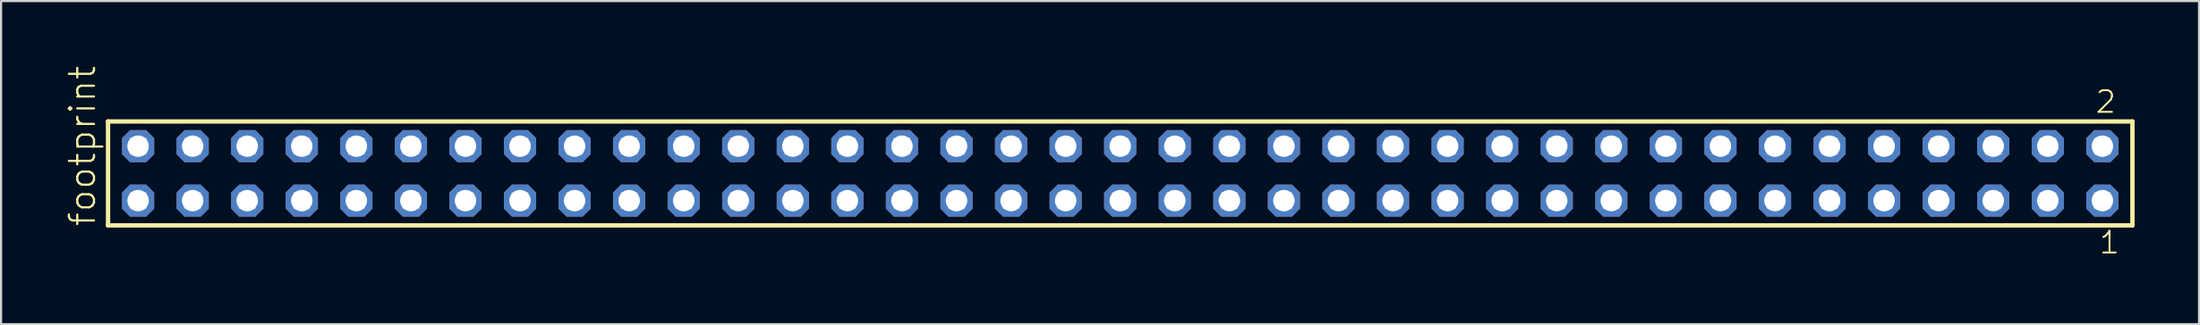
<source format=kicad_pcb>
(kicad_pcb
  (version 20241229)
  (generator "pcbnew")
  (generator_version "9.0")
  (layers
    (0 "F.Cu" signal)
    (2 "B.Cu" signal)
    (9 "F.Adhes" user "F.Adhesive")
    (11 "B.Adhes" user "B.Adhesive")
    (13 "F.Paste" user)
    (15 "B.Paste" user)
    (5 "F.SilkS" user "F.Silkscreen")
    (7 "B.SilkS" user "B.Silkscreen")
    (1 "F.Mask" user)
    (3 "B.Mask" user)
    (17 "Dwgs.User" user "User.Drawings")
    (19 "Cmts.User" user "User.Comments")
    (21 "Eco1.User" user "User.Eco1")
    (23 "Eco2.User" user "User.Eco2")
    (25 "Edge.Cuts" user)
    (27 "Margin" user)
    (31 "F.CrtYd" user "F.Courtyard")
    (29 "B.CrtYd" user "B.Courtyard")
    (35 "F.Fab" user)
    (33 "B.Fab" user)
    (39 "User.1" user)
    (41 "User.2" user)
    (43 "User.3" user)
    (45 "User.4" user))
  (footprint "footprint"
    (layer "F.Cu")
    (at 49.098 5.042)
    (property "Reference" "footprint" (at -47.625 2.54 90) (layer "F.SilkS") (effects (font (size 1.168 1.168) (thickness 0.102)) (justify left bottom)))
    (fp_line (start -47.119 -2.425) (end 47.119 -2.425) (stroke (width 0.203) (type solid)) (layer "F.SilkS"))
    (fp_line (start -47.119 2.425) (end -47.119 -2.425) (stroke (width 0.203) (type solid)) (layer "F.SilkS"))
    (fp_line (start 47.119 -2.425) (end 47.119 2.425) (stroke (width 0.203) (type solid)) (layer "F.SilkS"))
    (fp_line (start 47.119 2.425) (end -47.119 2.425) (stroke (width 0.203) (type solid)) (layer "F.SilkS"))
    (fp_poly (pts (xy -46.07 -0.92) (xy -45.37 -0.92) (xy -45.37 -1.62) (xy -46.07 -1.62)) (stroke (width 0.1) (type solid)) (fill no) (layer "F.Fab"))
    (fp_poly (pts (xy -46.07 1.62) (xy -45.37 1.62) (xy -45.37 0.92) (xy -46.07 0.92)) (stroke (width 0.1) (type solid)) (fill no) (layer "F.Fab"))
    (fp_poly (pts (xy -43.53 -0.92) (xy -42.83 -0.92) (xy -42.83 -1.62) (xy -43.53 -1.62)) (stroke (width 0.1) (type solid)) (fill no) (layer "F.Fab"))
    (fp_poly (pts (xy -43.53 1.62) (xy -42.83 1.62) (xy -42.83 0.92) (xy -43.53 0.92)) (stroke (width 0.1) (type solid)) (fill no) (layer "F.Fab"))
    (fp_poly (pts (xy -40.99 -0.92) (xy -40.29 -0.92) (xy -40.29 -1.62) (xy -40.99 -1.62)) (stroke (width 0.1) (type solid)) (fill no) (layer "F.Fab"))
    (fp_poly (pts (xy -40.99 1.62) (xy -40.29 1.62) (xy -40.29 0.92) (xy -40.99 0.92)) (stroke (width 0.1) (type solid)) (fill no) (layer "F.Fab"))
    (fp_poly (pts (xy -38.45 -0.92) (xy -37.75 -0.92) (xy -37.75 -1.62) (xy -38.45 -1.62)) (stroke (width 0.1) (type solid)) (fill no) (layer "F.Fab"))
    (fp_poly (pts (xy -38.45 1.62) (xy -37.75 1.62) (xy -37.75 0.92) (xy -38.45 0.92)) (stroke (width 0.1) (type solid)) (fill no) (layer "F.Fab"))
    (fp_poly (pts (xy -35.91 -0.92) (xy -35.21 -0.92) (xy -35.21 -1.62) (xy -35.91 -1.62)) (stroke (width 0.1) (type solid)) (fill no) (layer "F.Fab"))
    (fp_poly (pts (xy -35.91 1.62) (xy -35.21 1.62) (xy -35.21 0.92) (xy -35.91 0.92)) (stroke (width 0.1) (type solid)) (fill no) (layer "F.Fab"))
    (fp_poly (pts (xy -33.37 -0.92) (xy -32.67 -0.92) (xy -32.67 -1.62) (xy -33.37 -1.62)) (stroke (width 0.1) (type solid)) (fill no) (layer "F.Fab"))
    (fp_poly (pts (xy -33.37 1.62) (xy -32.67 1.62) (xy -32.67 0.92) (xy -33.37 0.92)) (stroke (width 0.1) (type solid)) (fill no) (layer "F.Fab"))
    (fp_poly (pts (xy -30.83 -0.92) (xy -30.13 -0.92) (xy -30.13 -1.62) (xy -30.83 -1.62)) (stroke (width 0.1) (type solid)) (fill no) (layer "F.Fab"))
    (fp_poly (pts (xy -30.83 1.62) (xy -30.13 1.62) (xy -30.13 0.92) (xy -30.83 0.92)) (stroke (width 0.1) (type solid)) (fill no) (layer "F.Fab"))
    (fp_poly (pts (xy -28.29 -0.92) (xy -27.59 -0.92) (xy -27.59 -1.62) (xy -28.29 -1.62)) (stroke (width 0.1) (type solid)) (fill no) (layer "F.Fab"))
    (fp_poly (pts (xy -28.29 1.62) (xy -27.59 1.62) (xy -27.59 0.92) (xy -28.29 0.92)) (stroke (width 0.1) (type solid)) (fill no) (layer "F.Fab"))
    (fp_poly (pts (xy -25.75 -0.92) (xy -25.05 -0.92) (xy -25.05 -1.62) (xy -25.75 -1.62)) (stroke (width 0.1) (type solid)) (fill no) (layer "F.Fab"))
    (fp_poly (pts (xy -25.75 1.62) (xy -25.05 1.62) (xy -25.05 0.92) (xy -25.75 0.92)) (stroke (width 0.1) (type solid)) (fill no) (layer "F.Fab"))
    (fp_poly (pts (xy -23.21 -0.92) (xy -22.51 -0.92) (xy -22.51 -1.62) (xy -23.21 -1.62)) (stroke (width 0.1) (type solid)) (fill no) (layer "F.Fab"))
    (fp_poly (pts (xy -23.21 1.62) (xy -22.51 1.62) (xy -22.51 0.92) (xy -23.21 0.92)) (stroke (width 0.1) (type solid)) (fill no) (layer "F.Fab"))
    (fp_poly (pts (xy -20.67 -0.92) (xy -19.97 -0.92) (xy -19.97 -1.62) (xy -20.67 -1.62)) (stroke (width 0.1) (type solid)) (fill no) (layer "F.Fab"))
    (fp_poly (pts (xy -20.67 1.62) (xy -19.97 1.62) (xy -19.97 0.92) (xy -20.67 0.92)) (stroke (width 0.1) (type solid)) (fill no) (layer "F.Fab"))
    (fp_poly (pts (xy -18.13 -0.92) (xy -17.43 -0.92) (xy -17.43 -1.62) (xy -18.13 -1.62)) (stroke (width 0.1) (type solid)) (fill no) (layer "F.Fab"))
    (fp_poly (pts (xy -18.13 1.62) (xy -17.43 1.62) (xy -17.43 0.92) (xy -18.13 0.92)) (stroke (width 0.1) (type solid)) (fill no) (layer "F.Fab"))
    (fp_poly (pts (xy -15.59 -0.92) (xy -14.89 -0.92) (xy -14.89 -1.62) (xy -15.59 -1.62)) (stroke (width 0.1) (type solid)) (fill no) (layer "F.Fab"))
    (fp_poly (pts (xy -15.59 1.62) (xy -14.89 1.62) (xy -14.89 0.92) (xy -15.59 0.92)) (stroke (width 0.1) (type solid)) (fill no) (layer "F.Fab"))
    (fp_poly (pts (xy -13.05 -0.92) (xy -12.35 -0.92) (xy -12.35 -1.62) (xy -13.05 -1.62)) (stroke (width 0.1) (type solid)) (fill no) (layer "F.Fab"))
    (fp_poly (pts (xy -13.05 1.62) (xy -12.35 1.62) (xy -12.35 0.92) (xy -13.05 0.92)) (stroke (width 0.1) (type solid)) (fill no) (layer "F.Fab"))
    (fp_poly (pts (xy -10.51 -0.92) (xy -9.81 -0.92) (xy -9.81 -1.62) (xy -10.51 -1.62)) (stroke (width 0.1) (type solid)) (fill no) (layer "F.Fab"))
    (fp_poly (pts (xy -10.51 1.62) (xy -9.81 1.62) (xy -9.81 0.92) (xy -10.51 0.92)) (stroke (width 0.1) (type solid)) (fill no) (layer "F.Fab"))
    (fp_poly (pts (xy -7.97 -0.92) (xy -7.27 -0.92) (xy -7.27 -1.62) (xy -7.97 -1.62)) (stroke (width 0.1) (type solid)) (fill no) (layer "F.Fab"))
    (fp_poly (pts (xy -7.97 1.62) (xy -7.27 1.62) (xy -7.27 0.92) (xy -7.97 0.92)) (stroke (width 0.1) (type solid)) (fill no) (layer "F.Fab"))
    (fp_poly (pts (xy -5.43 -0.92) (xy -4.73 -0.92) (xy -4.73 -1.62) (xy -5.43 -1.62)) (stroke (width 0.1) (type solid)) (fill no) (layer "F.Fab"))
    (fp_poly (pts (xy -5.43 1.62) (xy -4.73 1.62) (xy -4.73 0.92) (xy -5.43 0.92)) (stroke (width 0.1) (type solid)) (fill no) (layer "F.Fab"))
    (fp_poly (pts (xy -2.89 -0.92) (xy -2.19 -0.92) (xy -2.19 -1.62) (xy -2.89 -1.62)) (stroke (width 0.1) (type solid)) (fill no) (layer "F.Fab"))
    (fp_poly (pts (xy -2.89 1.62) (xy -2.19 1.62) (xy -2.19 0.92) (xy -2.89 0.92)) (stroke (width 0.1) (type solid)) (fill no) (layer "F.Fab"))
    (fp_poly (pts (xy -0.35 -0.92) (xy 0.35 -0.92) (xy 0.35 -1.62) (xy -0.35 -1.62)) (stroke (width 0.1) (type solid)) (fill no) (layer "F.Fab"))
    (fp_poly (pts (xy -0.35 1.62) (xy 0.35 1.62) (xy 0.35 0.92) (xy -0.35 0.92)) (stroke (width 0.1) (type solid)) (fill no) (layer "F.Fab"))
    (fp_poly (pts (xy 2.19 -0.92) (xy 2.89 -0.92) (xy 2.89 -1.62) (xy 2.19 -1.62)) (stroke (width 0.1) (type solid)) (fill no) (layer "F.Fab"))
    (fp_poly (pts (xy 2.19 1.62) (xy 2.89 1.62) (xy 2.89 0.92) (xy 2.19 0.92)) (stroke (width 0.1) (type solid)) (fill no) (layer "F.Fab"))
    (fp_poly (pts (xy 4.73 -0.92) (xy 5.43 -0.92) (xy 5.43 -1.62) (xy 4.73 -1.62)) (stroke (width 0.1) (type solid)) (fill no) (layer "F.Fab"))
    (fp_poly (pts (xy 4.73 1.62) (xy 5.43 1.62) (xy 5.43 0.92) (xy 4.73 0.92)) (stroke (width 0.1) (type solid)) (fill no) (layer "F.Fab"))
    (fp_poly (pts (xy 7.27 -0.92) (xy 7.97 -0.92) (xy 7.97 -1.62) (xy 7.27 -1.62)) (stroke (width 0.1) (type solid)) (fill no) (layer "F.Fab"))
    (fp_poly (pts (xy 7.27 1.62) (xy 7.97 1.62) (xy 7.97 0.92) (xy 7.27 0.92)) (stroke (width 0.1) (type solid)) (fill no) (layer "F.Fab"))
    (fp_poly (pts (xy 9.81 -0.92) (xy 10.51 -0.92) (xy 10.51 -1.62) (xy 9.81 -1.62)) (stroke (width 0.1) (type solid)) (fill no) (layer "F.Fab"))
    (fp_poly (pts (xy 9.81 1.62) (xy 10.51 1.62) (xy 10.51 0.92) (xy 9.81 0.92)) (stroke (width 0.1) (type solid)) (fill no) (layer "F.Fab"))
    (fp_poly (pts (xy 12.35 -0.92) (xy 13.05 -0.92) (xy 13.05 -1.62) (xy 12.35 -1.62)) (stroke (width 0.1) (type solid)) (fill no) (layer "F.Fab"))
    (fp_poly (pts (xy 12.35 1.62) (xy 13.05 1.62) (xy 13.05 0.92) (xy 12.35 0.92)) (stroke (width 0.1) (type solid)) (fill no) (layer "F.Fab"))
    (fp_poly (pts (xy 14.89 -0.92) (xy 15.59 -0.92) (xy 15.59 -1.62) (xy 14.89 -1.62)) (stroke (width 0.1) (type solid)) (fill no) (layer "F.Fab"))
    (fp_poly (pts (xy 14.89 1.62) (xy 15.59 1.62) (xy 15.59 0.92) (xy 14.89 0.92)) (stroke (width 0.1) (type solid)) (fill no) (layer "F.Fab"))
    (fp_poly (pts (xy 17.43 -0.92) (xy 18.13 -0.92) (xy 18.13 -1.62) (xy 17.43 -1.62)) (stroke (width 0.1) (type solid)) (fill no) (layer "F.Fab"))
    (fp_poly (pts (xy 17.43 1.62) (xy 18.13 1.62) (xy 18.13 0.92) (xy 17.43 0.92)) (stroke (width 0.1) (type solid)) (fill no) (layer "F.Fab"))
    (fp_poly (pts (xy 19.97 -0.92) (xy 20.67 -0.92) (xy 20.67 -1.62) (xy 19.97 -1.62)) (stroke (width 0.1) (type solid)) (fill no) (layer "F.Fab"))
    (fp_poly (pts (xy 19.97 1.62) (xy 20.67 1.62) (xy 20.67 0.92) (xy 19.97 0.92)) (stroke (width 0.1) (type solid)) (fill no) (layer "F.Fab"))
    (fp_poly (pts (xy 22.51 -0.92) (xy 23.21 -0.92) (xy 23.21 -1.62) (xy 22.51 -1.62)) (stroke (width 0.1) (type solid)) (fill no) (layer "F.Fab"))
    (fp_poly (pts (xy 22.51 1.62) (xy 23.21 1.62) (xy 23.21 0.92) (xy 22.51 0.92)) (stroke (width 0.1) (type solid)) (fill no) (layer "F.Fab"))
    (fp_poly (pts (xy 25.05 -0.92) (xy 25.75 -0.92) (xy 25.75 -1.62) (xy 25.05 -1.62)) (stroke (width 0.1) (type solid)) (fill no) (layer "F.Fab"))
    (fp_poly (pts (xy 25.05 1.62) (xy 25.75 1.62) (xy 25.75 0.92) (xy 25.05 0.92)) (stroke (width 0.1) (type solid)) (fill no) (layer "F.Fab"))
    (fp_poly (pts (xy 27.59 -0.92) (xy 28.29 -0.92) (xy 28.29 -1.62) (xy 27.59 -1.62)) (stroke (width 0.1) (type solid)) (fill no) (layer "F.Fab"))
    (fp_poly (pts (xy 27.59 1.62) (xy 28.29 1.62) (xy 28.29 0.92) (xy 27.59 0.92)) (stroke (width 0.1) (type solid)) (fill no) (layer "F.Fab"))
    (fp_poly (pts (xy 30.13 -0.92) (xy 30.83 -0.92) (xy 30.83 -1.62) (xy 30.13 -1.62)) (stroke (width 0.1) (type solid)) (fill no) (layer "F.Fab"))
    (fp_poly (pts (xy 30.13 1.62) (xy 30.83 1.62) (xy 30.83 0.92) (xy 30.13 0.92)) (stroke (width 0.1) (type solid)) (fill no) (layer "F.Fab"))
    (fp_poly (pts (xy 32.67 -0.92) (xy 33.37 -0.92) (xy 33.37 -1.62) (xy 32.67 -1.62)) (stroke (width 0.1) (type solid)) (fill no) (layer "F.Fab"))
    (fp_poly (pts (xy 32.67 1.62) (xy 33.37 1.62) (xy 33.37 0.92) (xy 32.67 0.92)) (stroke (width 0.1) (type solid)) (fill no) (layer "F.Fab"))
    (fp_poly (pts (xy 35.21 -0.92) (xy 35.91 -0.92) (xy 35.91 -1.62) (xy 35.21 -1.62)) (stroke (width 0.1) (type solid)) (fill no) (layer "F.Fab"))
    (fp_poly (pts (xy 35.21 1.62) (xy 35.91 1.62) (xy 35.91 0.92) (xy 35.21 0.92)) (stroke (width 0.1) (type solid)) (fill no) (layer "F.Fab"))
    (fp_poly (pts (xy 37.75 -0.92) (xy 38.45 -0.92) (xy 38.45 -1.62) (xy 37.75 -1.62)) (stroke (width 0.1) (type solid)) (fill no) (layer "F.Fab"))
    (fp_poly (pts (xy 37.75 1.62) (xy 38.45 1.62) (xy 38.45 0.92) (xy 37.75 0.92)) (stroke (width 0.1) (type solid)) (fill no) (layer "F.Fab"))
    (fp_poly (pts (xy 40.29 -0.92) (xy 40.99 -0.92) (xy 40.99 -1.62) (xy 40.29 -1.62)) (stroke (width 0.1) (type solid)) (fill no) (layer "F.Fab"))
    (fp_poly (pts (xy 40.29 1.62) (xy 40.99 1.62) (xy 40.99 0.92) (xy 40.29 0.92)) (stroke (width 0.1) (type solid)) (fill no) (layer "F.Fab"))
    (fp_poly (pts (xy 42.83 -0.92) (xy 43.53 -0.92) (xy 43.53 -1.62) (xy 42.83 -1.62)) (stroke (width 0.1) (type solid)) (fill no) (layer "F.Fab"))
    (fp_poly (pts (xy 42.83 1.62) (xy 43.53 1.62) (xy 43.53 0.92) (xy 42.83 0.92)) (stroke (width 0.1) (type solid)) (fill no) (layer "F.Fab"))
    (fp_poly (pts (xy 45.37 -0.92) (xy 46.07 -0.92) (xy 46.07 -1.62) (xy 45.37 -1.62)) (stroke (width 0.1) (type solid)) (fill no) (layer "F.Fab"))
    (fp_poly (pts (xy 45.37 1.62) (xy 46.07 1.62) (xy 46.07 0.92) (xy 45.37 0.92)) (stroke (width 0.1) (type solid)) (fill no) (layer "F.Fab"))
    (fp_text user "2" (at 45.337 -2.744 0) (layer "F.SilkS") (effects (font (size 1.012 1.012) (thickness 0.088)) (justify left bottom)))
    (fp_text user "1" (at 45.512 3.818 0) (layer "F.SilkS") (effects (font (size 1.012 1.012) (thickness 0.088)) (justify left bottom)))
    (pad "1" thru_hole roundrect (at 45.72 1.27 180) (size 1.5 1.5) (drill 1) (layers "*.Cu" "*.Mask") (roundrect_rratio 0.25) (chamfer_ratio 0.25) (chamfer top_left top_right bottom_left bottom_right))
    (pad "2" thru_hole roundrect (at 45.72 -1.27 180) (size 1.5 1.5) (drill 1) (layers "*.Cu" "*.Mask") (roundrect_rratio 0.25) (chamfer_ratio 0.25) (chamfer top_left top_right bottom_left bottom_right))
    (pad "3" thru_hole roundrect (at 43.18 1.27 180) (size 1.5 1.5) (drill 1) (layers "*.Cu" "*.Mask") (roundrect_rratio 0.25) (chamfer_ratio 0.25) (chamfer top_left top_right bottom_left bottom_right))
    (pad "4" thru_hole roundrect (at 43.18 -1.27 180) (size 1.5 1.5) (drill 1) (layers "*.Cu" "*.Mask") (roundrect_rratio 0.25) (chamfer_ratio 0.25) (chamfer top_left top_right bottom_left bottom_right))
    (pad "5" thru_hole roundrect (at 40.64 1.27 180) (size 1.5 1.5) (drill 1) (layers "*.Cu" "*.Mask") (roundrect_rratio 0.25) (chamfer_ratio 0.25) (chamfer top_left top_right bottom_left bottom_right))
    (pad "6" thru_hole roundrect (at 40.64 -1.27 180) (size 1.5 1.5) (drill 1) (layers "*.Cu" "*.Mask") (roundrect_rratio 0.25) (chamfer_ratio 0.25) (chamfer top_left top_right bottom_left bottom_right))
    (pad "7" thru_hole roundrect (at 38.1 1.27 180) (size 1.5 1.5) (drill 1) (layers "*.Cu" "*.Mask") (roundrect_rratio 0.25) (chamfer_ratio 0.25) (chamfer top_left top_right bottom_left bottom_right))
    (pad "8" thru_hole roundrect (at 38.1 -1.27 180) (size 1.5 1.5) (drill 1) (layers "*.Cu" "*.Mask") (roundrect_rratio 0.25) (chamfer_ratio 0.25) (chamfer top_left top_right bottom_left bottom_right))
    (pad "9" thru_hole roundrect (at 35.56 1.27 180) (size 1.5 1.5) (drill 1) (layers "*.Cu" "*.Mask") (roundrect_rratio 0.25) (chamfer_ratio 0.25) (chamfer top_left top_right bottom_left bottom_right))
    (pad "10" thru_hole roundrect (at 35.56 -1.27 180) (size 1.5 1.5) (drill 1) (layers "*.Cu" "*.Mask") (roundrect_rratio 0.25) (chamfer_ratio 0.25) (chamfer top_left top_right bottom_left bottom_right))
    (pad "11" thru_hole roundrect (at 33.02 1.27 180) (size 1.5 1.5) (drill 1) (layers "*.Cu" "*.Mask") (roundrect_rratio 0.25) (chamfer_ratio 0.25) (chamfer top_left top_right bottom_left bottom_right))
    (pad "12" thru_hole roundrect (at 33.02 -1.27 180) (size 1.5 1.5) (drill 1) (layers "*.Cu" "*.Mask") (roundrect_rratio 0.25) (chamfer_ratio 0.25) (chamfer top_left top_right bottom_left bottom_right))
    (pad "13" thru_hole roundrect (at 30.48 1.27 180) (size 1.5 1.5) (drill 1) (layers "*.Cu" "*.Mask") (roundrect_rratio 0.25) (chamfer_ratio 0.25) (chamfer top_left top_right bottom_left bottom_right))
    (pad "14" thru_hole roundrect (at 30.48 -1.27 180) (size 1.5 1.5) (drill 1) (layers "*.Cu" "*.Mask") (roundrect_rratio 0.25) (chamfer_ratio 0.25) (chamfer top_left top_right bottom_left bottom_right))
    (pad "15" thru_hole roundrect (at 27.94 1.27 180) (size 1.5 1.5) (drill 1) (layers "*.Cu" "*.Mask") (roundrect_rratio 0.25) (chamfer_ratio 0.25) (chamfer top_left top_right bottom_left bottom_right))
    (pad "16" thru_hole roundrect (at 27.94 -1.27 180) (size 1.5 1.5) (drill 1) (layers "*.Cu" "*.Mask") (roundrect_rratio 0.25) (chamfer_ratio 0.25) (chamfer top_left top_right bottom_left bottom_right))
    (pad "17" thru_hole roundrect (at 25.4 1.27 180) (size 1.5 1.5) (drill 1) (layers "*.Cu" "*.Mask") (roundrect_rratio 0.25) (chamfer_ratio 0.25) (chamfer top_left top_right bottom_left bottom_right))
    (pad "18" thru_hole roundrect (at 25.4 -1.27 180) (size 1.5 1.5) (drill 1) (layers "*.Cu" "*.Mask") (roundrect_rratio 0.25) (chamfer_ratio 0.25) (chamfer top_left top_right bottom_left bottom_right))
    (pad "19" thru_hole roundrect (at 22.86 1.27 180) (size 1.5 1.5) (drill 1) (layers "*.Cu" "*.Mask") (roundrect_rratio 0.25) (chamfer_ratio 0.25) (chamfer top_left top_right bottom_left bottom_right))
    (pad "20" thru_hole roundrect (at 22.86 -1.27 180) (size 1.5 1.5) (drill 1) (layers "*.Cu" "*.Mask") (roundrect_rratio 0.25) (chamfer_ratio 0.25) (chamfer top_left top_right bottom_left bottom_right))
    (pad "21" thru_hole roundrect (at 20.32 1.27 180) (size 1.5 1.5) (drill 1) (layers "*.Cu" "*.Mask") (roundrect_rratio 0.25) (chamfer_ratio 0.25) (chamfer top_left top_right bottom_left bottom_right))
    (pad "22" thru_hole roundrect (at 20.32 -1.27 180) (size 1.5 1.5) (drill 1) (layers "*.Cu" "*.Mask") (roundrect_rratio 0.25) (chamfer_ratio 0.25) (chamfer top_left top_right bottom_left bottom_right))
    (pad "23" thru_hole roundrect (at 17.78 1.27 180) (size 1.5 1.5) (drill 1) (layers "*.Cu" "*.Mask") (roundrect_rratio 0.25) (chamfer_ratio 0.25) (chamfer top_left top_right bottom_left bottom_right))
    (pad "24" thru_hole roundrect (at 17.78 -1.27 180) (size 1.5 1.5) (drill 1) (layers "*.Cu" "*.Mask") (roundrect_rratio 0.25) (chamfer_ratio 0.25) (chamfer top_left top_right bottom_left bottom_right))
    (pad "25" thru_hole roundrect (at 15.24 1.27 180) (size 1.5 1.5) (drill 1) (layers "*.Cu" "*.Mask") (roundrect_rratio 0.25) (chamfer_ratio 0.25) (chamfer top_left top_right bottom_left bottom_right))
    (pad "26" thru_hole roundrect (at 15.24 -1.27 180) (size 1.5 1.5) (drill 1) (layers "*.Cu" "*.Mask") (roundrect_rratio 0.25) (chamfer_ratio 0.25) (chamfer top_left top_right bottom_left bottom_right))
    (pad "27" thru_hole roundrect (at 12.7 1.27 180) (size 1.5 1.5) (drill 1) (layers "*.Cu" "*.Mask") (roundrect_rratio 0.25) (chamfer_ratio 0.25) (chamfer top_left top_right bottom_left bottom_right))
    (pad "28" thru_hole roundrect (at 12.7 -1.27 180) (size 1.5 1.5) (drill 1) (layers "*.Cu" "*.Mask") (roundrect_rratio 0.25) (chamfer_ratio 0.25) (chamfer top_left top_right bottom_left bottom_right))
    (pad "29" thru_hole roundrect (at 10.16 1.27 180) (size 1.5 1.5) (drill 1) (layers "*.Cu" "*.Mask") (roundrect_rratio 0.25) (chamfer_ratio 0.25) (chamfer top_left top_right bottom_left bottom_right))
    (pad "30" thru_hole roundrect (at 10.16 -1.27 180) (size 1.5 1.5) (drill 1) (layers "*.Cu" "*.Mask") (roundrect_rratio 0.25) (chamfer_ratio 0.25) (chamfer top_left top_right bottom_left bottom_right))
    (pad "31" thru_hole roundrect (at 7.62 1.27 180) (size 1.5 1.5) (drill 1) (layers "*.Cu" "*.Mask") (roundrect_rratio 0.25) (chamfer_ratio 0.25) (chamfer top_left top_right bottom_left bottom_right))
    (pad "32" thru_hole roundrect (at 7.62 -1.27 180) (size 1.5 1.5) (drill 1) (layers "*.Cu" "*.Mask") (roundrect_rratio 0.25) (chamfer_ratio 0.25) (chamfer top_left top_right bottom_left bottom_right))
    (pad "33" thru_hole roundrect (at 5.08 1.27 180) (size 1.5 1.5) (drill 1) (layers "*.Cu" "*.Mask") (roundrect_rratio 0.25) (chamfer_ratio 0.25) (chamfer top_left top_right bottom_left bottom_right))
    (pad "34" thru_hole roundrect (at 5.08 -1.27 180) (size 1.5 1.5) (drill 1) (layers "*.Cu" "*.Mask") (roundrect_rratio 0.25) (chamfer_ratio 0.25) (chamfer top_left top_right bottom_left bottom_right))
    (pad "35" thru_hole roundrect (at 2.54 1.27 180) (size 1.5 1.5) (drill 1) (layers "*.Cu" "*.Mask") (roundrect_rratio 0.25) (chamfer_ratio 0.25) (chamfer top_left top_right bottom_left bottom_right))
    (pad "36" thru_hole roundrect (at 2.54 -1.27 180) (size 1.5 1.5) (drill 1) (layers "*.Cu" "*.Mask") (roundrect_rratio 0.25) (chamfer_ratio 0.25) (chamfer top_left top_right bottom_left bottom_right))
    (pad "37" thru_hole roundrect (at 0 1.27 180) (size 1.5 1.5) (drill 1) (layers "*.Cu" "*.Mask") (roundrect_rratio 0.25) (chamfer_ratio 0.25) (chamfer top_left top_right bottom_left bottom_right))
    (pad "38" thru_hole roundrect (at 0 -1.27 180) (size 1.5 1.5) (drill 1) (layers "*.Cu" "*.Mask") (roundrect_rratio 0.25) (chamfer_ratio 0.25) (chamfer top_left top_right bottom_left bottom_right))
    (pad "39" thru_hole roundrect (at -2.54 1.27 180) (size 1.5 1.5) (drill 1) (layers "*.Cu" "*.Mask") (roundrect_rratio 0.25) (chamfer_ratio 0.25) (chamfer top_left top_right bottom_left bottom_right))
    (pad "40" thru_hole roundrect (at -2.54 -1.27 180) (size 1.5 1.5) (drill 1) (layers "*.Cu" "*.Mask") (roundrect_rratio 0.25) (chamfer_ratio 0.25) (chamfer top_left top_right bottom_left bottom_right))
    (pad "41" thru_hole roundrect (at -5.08 1.27 180) (size 1.5 1.5) (drill 1) (layers "*.Cu" "*.Mask") (roundrect_rratio 0.25) (chamfer_ratio 0.25) (chamfer top_left top_right bottom_left bottom_right))
    (pad "42" thru_hole roundrect (at -5.08 -1.27 180) (size 1.5 1.5) (drill 1) (layers "*.Cu" "*.Mask") (roundrect_rratio 0.25) (chamfer_ratio 0.25) (chamfer top_left top_right bottom_left bottom_right))
    (pad "43" thru_hole roundrect (at -7.62 1.27 180) (size 1.5 1.5) (drill 1) (layers "*.Cu" "*.Mask") (roundrect_rratio 0.25) (chamfer_ratio 0.25) (chamfer top_left top_right bottom_left bottom_right))
    (pad "44" thru_hole roundrect (at -7.62 -1.27 180) (size 1.5 1.5) (drill 1) (layers "*.Cu" "*.Mask") (roundrect_rratio 0.25) (chamfer_ratio 0.25) (chamfer top_left top_right bottom_left bottom_right))
    (pad "45" thru_hole roundrect (at -10.16 1.27 180) (size 1.5 1.5) (drill 1) (layers "*.Cu" "*.Mask") (roundrect_rratio 0.25) (chamfer_ratio 0.25) (chamfer top_left top_right bottom_left bottom_right))
    (pad "46" thru_hole roundrect (at -10.16 -1.27 180) (size 1.5 1.5) (drill 1) (layers "*.Cu" "*.Mask") (roundrect_rratio 0.25) (chamfer_ratio 0.25) (chamfer top_left top_right bottom_left bottom_right))
    (pad "47" thru_hole roundrect (at -12.7 1.27 180) (size 1.5 1.5) (drill 1) (layers "*.Cu" "*.Mask") (roundrect_rratio 0.25) (chamfer_ratio 0.25) (chamfer top_left top_right bottom_left bottom_right))
    (pad "48" thru_hole roundrect (at -12.7 -1.27 180) (size 1.5 1.5) (drill 1) (layers "*.Cu" "*.Mask") (roundrect_rratio 0.25) (chamfer_ratio 0.25) (chamfer top_left top_right bottom_left bottom_right))
    (pad "49" thru_hole roundrect (at -15.24 1.27 180) (size 1.5 1.5) (drill 1) (layers "*.Cu" "*.Mask") (roundrect_rratio 0.25) (chamfer_ratio 0.25) (chamfer top_left top_right bottom_left bottom_right))
    (pad "50" thru_hole roundrect (at -15.24 -1.27 180) (size 1.5 1.5) (drill 1) (layers "*.Cu" "*.Mask") (roundrect_rratio 0.25) (chamfer_ratio 0.25) (chamfer top_left top_right bottom_left bottom_right))
    (pad "51" thru_hole roundrect (at -17.78 1.27 180) (size 1.5 1.5) (drill 1) (layers "*.Cu" "*.Mask") (roundrect_rratio 0.25) (chamfer_ratio 0.25) (chamfer top_left top_right bottom_left bottom_right))
    (pad "52" thru_hole roundrect (at -17.78 -1.27 180) (size 1.5 1.5) (drill 1) (layers "*.Cu" "*.Mask") (roundrect_rratio 0.25) (chamfer_ratio 0.25) (chamfer top_left top_right bottom_left bottom_right))
    (pad "53" thru_hole roundrect (at -20.32 1.27 180) (size 1.5 1.5) (drill 1) (layers "*.Cu" "*.Mask") (roundrect_rratio 0.25) (chamfer_ratio 0.25) (chamfer top_left top_right bottom_left bottom_right))
    (pad "54" thru_hole roundrect (at -20.32 -1.27 180) (size 1.5 1.5) (drill 1) (layers "*.Cu" "*.Mask") (roundrect_rratio 0.25) (chamfer_ratio 0.25) (chamfer top_left top_right bottom_left bottom_right))
    (pad "55" thru_hole roundrect (at -22.86 1.27 180) (size 1.5 1.5) (drill 1) (layers "*.Cu" "*.Mask") (roundrect_rratio 0.25) (chamfer_ratio 0.25) (chamfer top_left top_right bottom_left bottom_right))
    (pad "56" thru_hole roundrect (at -22.86 -1.27 180) (size 1.5 1.5) (drill 1) (layers "*.Cu" "*.Mask") (roundrect_rratio 0.25) (chamfer_ratio 0.25) (chamfer top_left top_right bottom_left bottom_right))
    (pad "57" thru_hole roundrect (at -25.4 1.27 180) (size 1.5 1.5) (drill 1) (layers "*.Cu" "*.Mask") (roundrect_rratio 0.25) (chamfer_ratio 0.25) (chamfer top_left top_right bottom_left bottom_right))
    (pad "58" thru_hole roundrect (at -25.4 -1.27 180) (size 1.5 1.5) (drill 1) (layers "*.Cu" "*.Mask") (roundrect_rratio 0.25) (chamfer_ratio 0.25) (chamfer top_left top_right bottom_left bottom_right))
    (pad "59" thru_hole roundrect (at -27.94 1.27 180) (size 1.5 1.5) (drill 1) (layers "*.Cu" "*.Mask") (roundrect_rratio 0.25) (chamfer_ratio 0.25) (chamfer top_left top_right bottom_left bottom_right))
    (pad "60" thru_hole roundrect (at -27.94 -1.27 180) (size 1.5 1.5) (drill 1) (layers "*.Cu" "*.Mask") (roundrect_rratio 0.25) (chamfer_ratio 0.25) (chamfer top_left top_right bottom_left bottom_right))
    (pad "61" thru_hole roundrect (at -30.48 1.27 180) (size 1.5 1.5) (drill 1) (layers "*.Cu" "*.Mask") (roundrect_rratio 0.25) (chamfer_ratio 0.25) (chamfer top_left top_right bottom_left bottom_right))
    (pad "62" thru_hole roundrect (at -30.48 -1.27 180) (size 1.5 1.5) (drill 1) (layers "*.Cu" "*.Mask") (roundrect_rratio 0.25) (chamfer_ratio 0.25) (chamfer top_left top_right bottom_left bottom_right))
    (pad "63" thru_hole roundrect (at -33.02 1.27 180) (size 1.5 1.5) (drill 1) (layers "*.Cu" "*.Mask") (roundrect_rratio 0.25) (chamfer_ratio 0.25) (chamfer top_left top_right bottom_left bottom_right))
    (pad "64" thru_hole roundrect (at -33.02 -1.27 180) (size 1.5 1.5) (drill 1) (layers "*.Cu" "*.Mask") (roundrect_rratio 0.25) (chamfer_ratio 0.25) (chamfer top_left top_right bottom_left bottom_right))
    (pad "65" thru_hole roundrect (at -35.56 1.27 180) (size 1.5 1.5) (drill 1) (layers "*.Cu" "*.Mask") (roundrect_rratio 0.25) (chamfer_ratio 0.25) (chamfer top_left top_right bottom_left bottom_right))
    (pad "66" thru_hole roundrect (at -35.56 -1.27 180) (size 1.5 1.5) (drill 1) (layers "*.Cu" "*.Mask") (roundrect_rratio 0.25) (chamfer_ratio 0.25) (chamfer top_left top_right bottom_left bottom_right))
    (pad "67" thru_hole roundrect (at -38.1 1.27 180) (size 1.5 1.5) (drill 1) (layers "*.Cu" "*.Mask") (roundrect_rratio 0.25) (chamfer_ratio 0.25) (chamfer top_left top_right bottom_left bottom_right))
    (pad "68" thru_hole roundrect (at -38.1 -1.27 180) (size 1.5 1.5) (drill 1) (layers "*.Cu" "*.Mask") (roundrect_rratio 0.25) (chamfer_ratio 0.25) (chamfer top_left top_right bottom_left bottom_right))
    (pad "69" thru_hole roundrect (at -40.64 1.27 180) (size 1.5 1.5) (drill 1) (layers "*.Cu" "*.Mask") (roundrect_rratio 0.25) (chamfer_ratio 0.25) (chamfer top_left top_right bottom_left bottom_right))
    (pad "70" thru_hole roundrect (at -40.64 -1.27 180) (size 1.5 1.5) (drill 1) (layers "*.Cu" "*.Mask") (roundrect_rratio 0.25) (chamfer_ratio 0.25) (chamfer top_left top_right bottom_left bottom_right))
    (pad "71" thru_hole roundrect (at -43.18 1.27 180) (size 1.5 1.5) (drill 1) (layers "*.Cu" "*.Mask") (roundrect_rratio 0.25) (chamfer_ratio 0.25) (chamfer top_left top_right bottom_left bottom_right))
    (pad "72" thru_hole roundrect (at -43.18 -1.27 180) (size 1.5 1.5) (drill 1) (layers "*.Cu" "*.Mask") (roundrect_rratio 0.25) (chamfer_ratio 0.25) (chamfer top_left top_right bottom_left bottom_right))
    (pad "73" thru_hole roundrect (at -45.72 1.27 180) (size 1.5 1.5) (drill 1) (layers "*.Cu" "*.Mask") (roundrect_rratio 0.25) (chamfer_ratio 0.25) (chamfer top_left top_right bottom_left bottom_right))
    (pad "74" thru_hole roundrect (at -45.72 -1.27 180) (size 1.5 1.5) (drill 1) (layers "*.Cu" "*.Mask") (roundrect_rratio 0.25) (chamfer_ratio 0.25) (chamfer top_left top_right bottom_left bottom_right)))
  (gr_rect
    (start -3 -3)
    (end 99.319 12.077)
    (stroke (width 0.1) (type default))
    (fill no)
    (layer "Edge.Cuts")))
</source>
